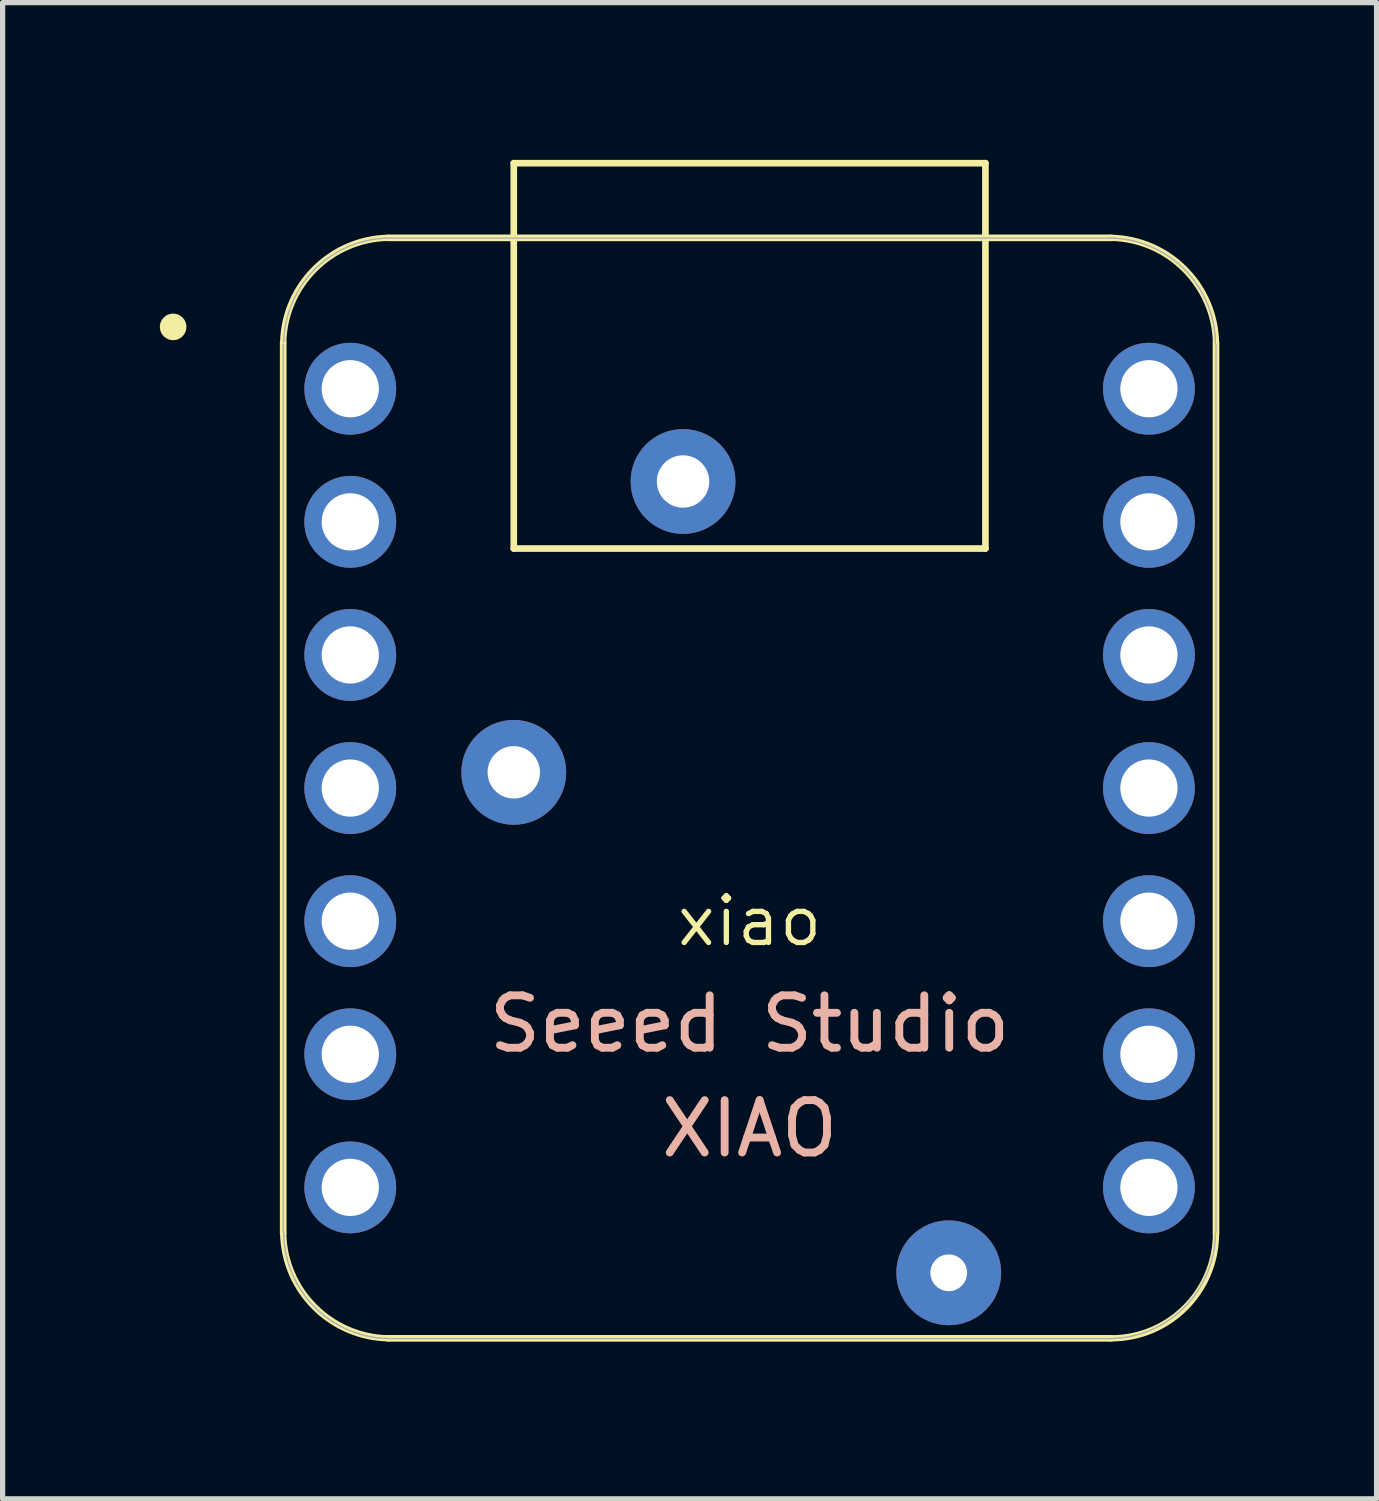
<source format=kicad_pcb>
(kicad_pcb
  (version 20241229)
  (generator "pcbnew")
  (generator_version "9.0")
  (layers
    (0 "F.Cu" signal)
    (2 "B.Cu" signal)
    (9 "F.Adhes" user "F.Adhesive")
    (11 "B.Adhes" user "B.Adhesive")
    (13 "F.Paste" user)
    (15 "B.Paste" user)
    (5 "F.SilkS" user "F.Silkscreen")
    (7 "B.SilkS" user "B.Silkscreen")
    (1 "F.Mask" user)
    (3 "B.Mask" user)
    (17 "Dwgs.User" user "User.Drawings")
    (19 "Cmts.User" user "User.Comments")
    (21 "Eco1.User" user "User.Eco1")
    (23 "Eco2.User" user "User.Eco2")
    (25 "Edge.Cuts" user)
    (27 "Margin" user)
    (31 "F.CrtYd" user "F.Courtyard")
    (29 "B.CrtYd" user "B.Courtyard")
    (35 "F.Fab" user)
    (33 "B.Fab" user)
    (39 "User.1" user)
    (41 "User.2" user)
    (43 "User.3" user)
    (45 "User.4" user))
  (footprint "xiao"
    (layer "F.Cu")
    (at 11.254 11.988)
    (property "Reference" "xiao" (at 0 2.54 0) (layer "F.SilkS") (effects (font (size 0.889 0.889) (thickness 0.102))))
    (attr through_hole)
    (fp_line (start -8.9 -8.5) (end -8.9 8.5) (stroke (width 0.127) (type solid)) (layer "F.SilkS"))
    (fp_line (start -6.9 10.5) (end 6.9 10.5) (stroke (width 0.127) (type solid)) (layer "F.SilkS"))
    (fp_line (start -4.5 -11.924) (end 4.5 -11.924) (stroke (width 0.127) (type solid)) (layer "F.SilkS"))
    (fp_line (start -4.5 -4.571) (end -4.5 -11.924) (stroke (width 0.127) (type solid)) (layer "F.SilkS"))
    (fp_line (start 4.5 -11.924) (end 4.5 -4.571) (stroke (width 0.127) (type solid)) (layer "F.SilkS"))
    (fp_line (start 4.5 -4.571) (end -4.5 -4.571) (stroke (width 0.127) (type solid)) (layer "F.SilkS"))
    (fp_line (start 6.9 -10.499) (end -6.9 -10.499) (stroke (width 0.127) (type solid)) (layer "F.SilkS"))
    (fp_line (start 8.9 8.5) (end 8.9 -8.5) (stroke (width 0.127) (type solid)) (layer "F.SilkS"))
    (fp_arc (start -8.9 -8.5) (mid -8.301491 -9.901491) (end -6.9 -10.5) (stroke (width 0.12) (type solid)) (layer "F.SilkS"))
    (fp_arc (start -6.9 10.5) (mid -8.301423 9.901423) (end -8.9 8.5) (stroke (width 0.12) (type solid)) (layer "F.SilkS"))
    (fp_arc (start 6.9 -10.5) (mid 8.301491 -9.901491) (end 8.9 -8.5) (stroke (width 0.12) (type solid)) (layer "F.SilkS"))
    (fp_arc (start 8.9 8.5) (mid 8.314214 9.914214) (end 6.9 10.5) (stroke (width 0.12) (type solid)) (layer "F.SilkS"))
    (fp_circle (center -11 -8.8) (end -11 -9.054) (stroke (width 0) (type solid)) (fill yes) (layer "F.SilkS"))
    (fp_poly (pts (xy -8.888 -8.562) (xy -8.885 -8.61) (xy -8.881 -8.659)) (stroke (width 0.025) (type solid)) (fill no) (layer "F.SilkS"))
    (fp_poly (pts (xy 8.889 8.522) (xy 8.888 8.571) (xy 8.885 8.62) (xy 8.881 8.669) (xy 8.875 8.717) (xy 8.869 8.766) (xy 8.861 8.815) (xy 8.852 8.863) (xy 8.842 8.911)) (stroke (width 0.025) (type solid)) (fill no) (layer "F.SilkS"))
    (fp_line (start -8.9 -8.463) (end -8.9 8.473) (stroke (width 0.025) (type solid)) (layer "F.Fab"))
    (fp_line (start -8.89 8.473) (end -8.889 8.522) (stroke (width 0.025) (type solid)) (layer "F.Fab"))
    (fp_line (start -8.889 8.522) (end -8.888 8.571) (stroke (width 0.025) (type solid)) (layer "F.Fab"))
    (fp_line (start -8.888 -8.562) (end -8.889 -8.512) (stroke (width 0.025) (type solid)) (layer "F.Fab"))
    (fp_line (start -8.888 8.571) (end -8.885 8.62) (stroke (width 0.025) (type solid)) (layer "F.Fab"))
    (fp_line (start -8.885 -8.61) (end -8.888 -8.562) (stroke (width 0.025) (type solid)) (layer "F.Fab"))
    (fp_line (start -8.885 8.62) (end -8.881 8.669) (stroke (width 0.025) (type solid)) (layer "F.Fab"))
    (fp_line (start -8.881 -8.659) (end -8.885 -8.61) (stroke (width 0.025) (type solid)) (layer "F.Fab"))
    (fp_line (start -8.881 8.669) (end -8.875 8.717) (stroke (width 0.025) (type solid)) (layer "F.Fab"))
    (fp_line (start -8.875 -8.708) (end -8.881 -8.659) (stroke (width 0.025) (type solid)) (layer "F.Fab"))
    (fp_line (start -8.875 8.717) (end -8.869 8.766) (stroke (width 0.025) (type solid)) (layer "F.Fab"))
    (fp_line (start -8.869 -8.757) (end -8.875 -8.708) (stroke (width 0.025) (type solid)) (layer "F.Fab"))
    (fp_line (start -8.869 8.766) (end -8.861 8.815) (stroke (width 0.025) (type solid)) (layer "F.Fab"))
    (fp_line (start -8.861 -8.806) (end -8.869 -8.757) (stroke (width 0.025) (type solid)) (layer "F.Fab"))
    (fp_line (start -8.861 8.815) (end -8.852 8.863) (stroke (width 0.025) (type solid)) (layer "F.Fab"))
    (fp_line (start -8.852 -8.854) (end -8.861 -8.806) (stroke (width 0.025) (type solid)) (layer "F.Fab"))
    (fp_line (start -8.852 8.863) (end -8.842 8.911) (stroke (width 0.025) (type solid)) (layer "F.Fab"))
    (fp_line (start -8.842 -8.902) (end -8.852 -8.854) (stroke (width 0.025) (type solid)) (layer "F.Fab"))
    (fp_line (start -8.842 8.911) (end -8.831 8.959) (stroke (width 0.025) (type solid)) (layer "F.Fab"))
    (fp_line (start -8.831 -8.95) (end -8.842 -8.902) (stroke (width 0.025) (type solid)) (layer "F.Fab"))
    (fp_line (start -8.831 8.959) (end -8.819 9.006) (stroke (width 0.025) (type solid)) (layer "F.Fab"))
    (fp_line (start -8.819 -8.997) (end -8.831 -8.95) (stroke (width 0.025) (type solid)) (layer "F.Fab"))
    (fp_line (start -8.819 9.006) (end -8.805 9.054) (stroke (width 0.025) (type solid)) (layer "F.Fab"))
    (fp_line (start -8.805 -9.045) (end -8.819 -8.997) (stroke (width 0.025) (type solid)) (layer "F.Fab"))
    (fp_line (start -8.805 9.054) (end -8.79 9.1) (stroke (width 0.025) (type solid)) (layer "F.Fab"))
    (fp_line (start -8.79 -9.091) (end -8.805 -9.045) (stroke (width 0.025) (type solid)) (layer "F.Fab"))
    (fp_line (start -8.79 9.1) (end -8.775 9.147) (stroke (width 0.025) (type solid)) (layer "F.Fab"))
    (fp_line (start -8.775 -9.138) (end -8.79 -9.091) (stroke (width 0.025) (type solid)) (layer "F.Fab"))
    (fp_line (start -8.775 9.147) (end -8.758 9.193) (stroke (width 0.025) (type solid)) (layer "F.Fab"))
    (fp_line (start -8.758 -9.184) (end -8.775 -9.138) (stroke (width 0.025) (type solid)) (layer "F.Fab"))
    (fp_line (start -8.758 9.193) (end -8.74 9.239) (stroke (width 0.025) (type solid)) (layer "F.Fab"))
    (fp_line (start -8.74 -9.23) (end -8.758 -9.184) (stroke (width 0.025) (type solid)) (layer "F.Fab"))
    (fp_line (start -8.74 9.239) (end -8.721 9.284) (stroke (width 0.025) (type solid)) (layer "F.Fab"))
    (fp_line (start -8.721 -9.275) (end -8.74 -9.23) (stroke (width 0.025) (type solid)) (layer "F.Fab"))
    (fp_line (start -8.721 9.284) (end -8.701 9.329) (stroke (width 0.025) (type solid)) (layer "F.Fab"))
    (fp_line (start -8.701 -9.32) (end -8.721 -9.275) (stroke (width 0.025) (type solid)) (layer "F.Fab"))
    (fp_line (start -8.701 9.329) (end -8.679 9.373) (stroke (width 0.025) (type solid)) (layer "F.Fab"))
    (fp_line (start -8.679 -9.364) (end -8.701 -9.32) (stroke (width 0.025) (type solid)) (layer "F.Fab"))
    (fp_line (start -8.679 9.373) (end -8.657 9.417) (stroke (width 0.025) (type solid)) (layer "F.Fab"))
    (fp_line (start -8.657 -9.408) (end -8.679 -9.364) (stroke (width 0.025) (type solid)) (layer "F.Fab"))
    (fp_line (start -8.657 9.417) (end -8.634 9.46) (stroke (width 0.025) (type solid)) (layer "F.Fab"))
    (fp_line (start -8.634 -9.451) (end -8.657 -9.408) (stroke (width 0.025) (type solid)) (layer "F.Fab"))
    (fp_line (start -8.634 9.46) (end -8.61 9.503) (stroke (width 0.025) (type solid)) (layer "F.Fab"))
    (fp_line (start -8.61 -9.494) (end -8.634 -9.451) (stroke (width 0.025) (type solid)) (layer "F.Fab"))
    (fp_line (start -8.61 9.503) (end -8.584 9.545) (stroke (width 0.025) (type solid)) (layer "F.Fab"))
    (fp_line (start -8.584 -9.536) (end -8.61 -9.494) (stroke (width 0.025) (type solid)) (layer "F.Fab"))
    (fp_line (start -8.584 9.545) (end -8.558 9.586) (stroke (width 0.025) (type solid)) (layer "F.Fab"))
    (fp_line (start -8.558 -9.577) (end -8.584 -9.536) (stroke (width 0.025) (type solid)) (layer "F.Fab"))
    (fp_line (start -8.558 9.586) (end -8.53 9.627) (stroke (width 0.025) (type solid)) (layer "F.Fab"))
    (fp_line (start -8.53 -9.618) (end -8.558 -9.577) (stroke (width 0.025) (type solid)) (layer "F.Fab"))
    (fp_line (start -8.53 9.627) (end -8.502 9.667) (stroke (width 0.025) (type solid)) (layer "F.Fab"))
    (fp_line (start -8.502 -9.658) (end -8.53 -9.618) (stroke (width 0.025) (type solid)) (layer "F.Fab"))
    (fp_line (start -8.502 9.667) (end -8.473 9.706) (stroke (width 0.025) (type solid)) (layer "F.Fab"))
    (fp_line (start -8.473 -9.697) (end -8.502 -9.658) (stroke (width 0.025) (type solid)) (layer "F.Fab"))
    (fp_line (start -8.473 9.706) (end -8.442 9.745) (stroke (width 0.025) (type solid)) (layer "F.Fab"))
    (fp_line (start -8.442 -9.736) (end -8.473 -9.697) (stroke (width 0.025) (type solid)) (layer "F.Fab"))
    (fp_line (start -8.442 9.745) (end -8.411 9.783) (stroke (width 0.025) (type solid)) (layer "F.Fab"))
    (fp_line (start -8.411 -9.774) (end -8.442 -9.736) (stroke (width 0.025) (type solid)) (layer "F.Fab"))
    (fp_line (start -8.411 9.783) (end -8.379 9.82) (stroke (width 0.025) (type solid)) (layer "F.Fab"))
    (fp_line (start -8.379 -9.811) (end -8.411 -9.774) (stroke (width 0.025) (type solid)) (layer "F.Fab"))
    (fp_line (start -8.379 9.82) (end -8.346 9.856) (stroke (width 0.025) (type solid)) (layer "F.Fab"))
    (fp_line (start -8.346 -9.847) (end -8.379 -9.811) (stroke (width 0.025) (type solid)) (layer "F.Fab"))
    (fp_line (start -8.346 9.856) (end -8.312 9.892) (stroke (width 0.025) (type solid)) (layer "F.Fab"))
    (fp_line (start -8.312 -9.883) (end -8.346 -9.847) (stroke (width 0.025) (type solid)) (layer "F.Fab"))
    (fp_line (start -8.312 9.892) (end -8.277 9.927) (stroke (width 0.025) (type solid)) (layer "F.Fab"))
    (fp_line (start -8.277 -9.918) (end -8.312 -9.883) (stroke (width 0.025) (type solid)) (layer "F.Fab"))
    (fp_line (start -8.277 9.927) (end -8.242 9.96) (stroke (width 0.025) (type solid)) (layer "F.Fab"))
    (fp_line (start -8.242 -9.951) (end -8.277 -9.918) (stroke (width 0.025) (type solid)) (layer "F.Fab"))
    (fp_line (start -8.242 9.96) (end -8.205 9.994) (stroke (width 0.025) (type solid)) (layer "F.Fab"))
    (fp_line (start -8.205 -9.984) (end -8.242 -9.951) (stroke (width 0.025) (type solid)) (layer "F.Fab"))
    (fp_line (start -8.205 9.994) (end -8.168 10.026) (stroke (width 0.025) (type solid)) (layer "F.Fab"))
    (fp_line (start -8.168 -10.017) (end -8.205 -9.984) (stroke (width 0.025) (type solid)) (layer "F.Fab"))
    (fp_line (start -8.168 10.026) (end -8.13 10.057) (stroke (width 0.025) (type solid)) (layer "F.Fab"))
    (fp_line (start -8.13 -10.048) (end -8.168 -10.017) (stroke (width 0.025) (type solid)) (layer "F.Fab"))
    (fp_line (start -8.13 10.057) (end -8.092 10.087) (stroke (width 0.025) (type solid)) (layer "F.Fab"))
    (fp_line (start -8.092 -10.078) (end -8.13 -10.048) (stroke (width 0.025) (type solid)) (layer "F.Fab"))
    (fp_line (start -8.092 10.087) (end -8.052 10.116) (stroke (width 0.025) (type solid)) (layer "F.Fab"))
    (fp_line (start -8.052 -10.107) (end -8.092 -10.078) (stroke (width 0.025) (type solid)) (layer "F.Fab"))
    (fp_line (start -8.052 10.116) (end -8.012 10.145) (stroke (width 0.025) (type solid)) (layer "F.Fab"))
    (fp_line (start -8.012 -10.136) (end -8.052 -10.107) (stroke (width 0.025) (type solid)) (layer "F.Fab"))
    (fp_line (start -8.012 10.145) (end -7.972 10.172) (stroke (width 0.025) (type solid)) (layer "F.Fab"))
    (fp_line (start -7.972 -10.163) (end -8.012 -10.136) (stroke (width 0.025) (type solid)) (layer "F.Fab"))
    (fp_line (start -7.972 10.172) (end -7.93 10.199) (stroke (width 0.025) (type solid)) (layer "F.Fab"))
    (fp_line (start -7.93 -10.19) (end -7.972 -10.163) (stroke (width 0.025) (type solid)) (layer "F.Fab"))
    (fp_line (start -7.93 10.199) (end -7.888 10.224) (stroke (width 0.025) (type solid)) (layer "F.Fab"))
    (fp_line (start -7.888 -10.215) (end -7.93 -10.19) (stroke (width 0.025) (type solid)) (layer "F.Fab"))
    (fp_line (start -7.888 10.224) (end -7.846 10.249) (stroke (width 0.025) (type solid)) (layer "F.Fab"))
    (fp_line (start -7.846 -10.239) (end -7.888 -10.215) (stroke (width 0.025) (type solid)) (layer "F.Fab"))
    (fp_line (start -7.846 10.249) (end -7.802 10.272) (stroke (width 0.025) (type solid)) (layer "F.Fab"))
    (fp_line (start -7.802 -10.263) (end -7.846 -10.239) (stroke (width 0.025) (type solid)) (layer "F.Fab"))
    (fp_line (start -7.802 10.272) (end -7.759 10.294) (stroke (width 0.025) (type solid)) (layer "F.Fab"))
    (fp_line (start -7.759 -10.285) (end -7.802 -10.263) (stroke (width 0.025) (type solid)) (layer "F.Fab"))
    (fp_line (start -7.759 10.294) (end -7.714 10.315) (stroke (width 0.025) (type solid)) (layer "F.Fab"))
    (fp_line (start -7.714 -10.306) (end -7.759 -10.285) (stroke (width 0.025) (type solid)) (layer "F.Fab"))
    (fp_line (start -7.714 10.315) (end -7.67 10.335) (stroke (width 0.025) (type solid)) (layer "F.Fab"))
    (fp_line (start -7.67 -10.326) (end -7.714 -10.306) (stroke (width 0.025) (type solid)) (layer "F.Fab"))
    (fp_line (start -7.67 10.335) (end -7.624 10.354) (stroke (width 0.025) (type solid)) (layer "F.Fab"))
    (fp_line (start -7.624 -10.345) (end -7.67 -10.326) (stroke (width 0.025) (type solid)) (layer "F.Fab"))
    (fp_line (start -7.624 10.354) (end -7.579 10.372) (stroke (width 0.025) (type solid)) (layer "F.Fab"))
    (fp_line (start -7.579 -10.363) (end -7.624 -10.345) (stroke (width 0.025) (type solid)) (layer "F.Fab"))
    (fp_line (start -7.579 10.372) (end -7.532 10.389) (stroke (width 0.025) (type solid)) (layer "F.Fab"))
    (fp_line (start -7.532 -10.38) (end -7.579 -10.363) (stroke (width 0.025) (type solid)) (layer "F.Fab"))
    (fp_line (start -7.532 10.389) (end -7.486 10.405) (stroke (width 0.025) (type solid)) (layer "F.Fab"))
    (fp_line (start -7.486 -10.396) (end -7.532 -10.38) (stroke (width 0.025) (type solid)) (layer "F.Fab"))
    (fp_line (start -7.486 10.405) (end -7.439 10.42) (stroke (width 0.025) (type solid)) (layer "F.Fab"))
    (fp_line (start -7.439 -10.411) (end -7.486 -10.396) (stroke (width 0.025) (type solid)) (layer "F.Fab"))
    (fp_line (start -7.439 10.42) (end -7.392 10.433) (stroke (width 0.025) (type solid)) (layer "F.Fab"))
    (fp_line (start -7.392 -10.424) (end -7.439 -10.411) (stroke (width 0.025) (type solid)) (layer "F.Fab"))
    (fp_line (start -7.392 10.433) (end -7.344 10.446) (stroke (width 0.025) (type solid)) (layer "F.Fab"))
    (fp_line (start -7.344 -10.436) (end -7.392 -10.424) (stroke (width 0.025) (type solid)) (layer "F.Fab"))
    (fp_line (start -7.344 10.446) (end -7.296 10.457) (stroke (width 0.025) (type solid)) (layer "F.Fab"))
    (fp_line (start -7.296 -10.448) (end -7.344 -10.436) (stroke (width 0.025) (type solid)) (layer "F.Fab"))
    (fp_line (start -7.296 10.457) (end -7.248 10.467) (stroke (width 0.025) (type solid)) (layer "F.Fab"))
    (fp_line (start -7.248 -10.458) (end -7.296 -10.448) (stroke (width 0.025) (type solid)) (layer "F.Fab"))
    (fp_line (start -7.248 10.467) (end -7.2 10.476) (stroke (width 0.025) (type solid)) (layer "F.Fab"))
    (fp_line (start -7.2 -10.466) (end -7.248 -10.458) (stroke (width 0.025) (type solid)) (layer "F.Fab"))
    (fp_line (start -7.2 10.476) (end -7.152 10.483) (stroke (width 0.025) (type solid)) (layer "F.Fab"))
    (fp_line (start -7.152 -10.474) (end -7.2 -10.466) (stroke (width 0.025) (type solid)) (layer "F.Fab"))
    (fp_line (start -7.152 10.483) (end -7.103 10.49) (stroke (width 0.025) (type solid)) (layer "F.Fab"))
    (fp_line (start -7.103 -10.481) (end -7.152 -10.474) (stroke (width 0.025) (type solid)) (layer "F.Fab"))
    (fp_line (start -7.103 10.49) (end -7.054 10.495) (stroke (width 0.025) (type solid)) (layer "F.Fab"))
    (fp_line (start -7.054 -10.486) (end -7.103 -10.481) (stroke (width 0.025) (type solid)) (layer "F.Fab"))
    (fp_line (start -7.054 10.495) (end -7.005 10.499) (stroke (width 0.025) (type solid)) (layer "F.Fab"))
    (fp_line (start -7.005 -10.49) (end -7.054 -10.486) (stroke (width 0.025) (type solid)) (layer "F.Fab"))
    (fp_line (start -7.005 10.499) (end -6.956 10.502) (stroke (width 0.025) (type solid)) (layer "F.Fab"))
    (fp_line (start -6.956 -10.493) (end -7.005 -10.49) (stroke (width 0.025) (type solid)) (layer "F.Fab"))
    (fp_line (start -6.956 10.502) (end -6.907 10.504) (stroke (width 0.025) (type solid)) (layer "F.Fab"))
    (fp_line (start -6.907 -10.495) (end -6.956 -10.493) (stroke (width 0.025) (type solid)) (layer "F.Fab"))
    (fp_line (start -6.907 10.504) (end -6.858 10.505) (stroke (width 0.025) (type solid)) (layer "F.Fab"))
    (fp_line (start -6.858 -10.495) (end -6.907 -10.495) (stroke (width 0.025) (type solid)) (layer "F.Fab"))
    (fp_line (start -6.858 10.505) (end 6.858 10.505) (stroke (width 0.025) (type solid)) (layer "F.Fab"))
    (fp_line (start 6.858 -10.495) (end -6.858 -10.495) (stroke (width 0.025) (type solid)) (layer "F.Fab"))
    (fp_line (start 6.858 10.505) (end 6.907 10.504) (stroke (width 0.025) (type solid)) (layer "F.Fab"))
    (fp_line (start 6.907 -10.495) (end 6.858 -10.495) (stroke (width 0.025) (type solid)) (layer "F.Fab"))
    (fp_line (start 6.907 10.504) (end 6.956 10.502) (stroke (width 0.025) (type solid)) (layer "F.Fab"))
    (fp_line (start 6.956 -10.493) (end 6.907 -10.495) (stroke (width 0.025) (type solid)) (layer "F.Fab"))
    (fp_line (start 6.956 10.502) (end 7.005 10.499) (stroke (width 0.025) (type solid)) (layer "F.Fab"))
    (fp_line (start 7.005 -10.49) (end 6.956 -10.493) (stroke (width 0.025) (type solid)) (layer "F.Fab"))
    (fp_line (start 7.005 10.499) (end 7.054 10.495) (stroke (width 0.025) (type solid)) (layer "F.Fab"))
    (fp_line (start 7.054 -10.486) (end 7.005 -10.49) (stroke (width 0.025) (type solid)) (layer "F.Fab"))
    (fp_line (start 7.054 10.495) (end 7.103 10.49) (stroke (width 0.025) (type solid)) (layer "F.Fab"))
    (fp_line (start 7.103 -10.481) (end 7.054 -10.486) (stroke (width 0.025) (type solid)) (layer "F.Fab"))
    (fp_line (start 7.103 10.49) (end 7.152 10.483) (stroke (width 0.025) (type solid)) (layer "F.Fab"))
    (fp_line (start 7.152 -10.474) (end 7.103 -10.481) (stroke (width 0.025) (type solid)) (layer "F.Fab"))
    (fp_line (start 7.152 10.483) (end 7.2 10.476) (stroke (width 0.025) (type solid)) (layer "F.Fab"))
    (fp_line (start 7.2 -10.466) (end 7.152 -10.474) (stroke (width 0.025) (type solid)) (layer "F.Fab"))
    (fp_line (start 7.2 10.476) (end 7.248 10.467) (stroke (width 0.025) (type solid)) (layer "F.Fab"))
    (fp_line (start 7.248 -10.458) (end 7.2 -10.466) (stroke (width 0.025) (type solid)) (layer "F.Fab"))
    (fp_line (start 7.248 10.467) (end 7.296 10.457) (stroke (width 0.025) (type solid)) (layer "F.Fab"))
    (fp_line (start 7.296 -10.448) (end 7.248 -10.458) (stroke (width 0.025) (type solid)) (layer "F.Fab"))
    (fp_line (start 7.296 10.457) (end 7.344 10.446) (stroke (width 0.025) (type solid)) (layer "F.Fab"))
    (fp_line (start 7.344 -10.436) (end 7.296 -10.448) (stroke (width 0.025) (type solid)) (layer "F.Fab"))
    (fp_line (start 7.344 10.446) (end 7.392 10.433) (stroke (width 0.025) (type solid)) (layer "F.Fab"))
    (fp_line (start 7.392 -10.424) (end 7.344 -10.436) (stroke (width 0.025) (type solid)) (layer "F.Fab"))
    (fp_line (start 7.392 10.433) (end 7.439 10.42) (stroke (width 0.025) (type solid)) (layer "F.Fab"))
    (fp_line (start 7.439 -10.411) (end 7.392 -10.424) (stroke (width 0.025) (type solid)) (layer "F.Fab"))
    (fp_line (start 7.439 10.42) (end 7.486 10.405) (stroke (width 0.025) (type solid)) (layer "F.Fab"))
    (fp_line (start 7.486 -10.396) (end 7.439 -10.411) (stroke (width 0.025) (type solid)) (layer "F.Fab"))
    (fp_line (start 7.486 10.405) (end 7.532 10.389) (stroke (width 0.025) (type solid)) (layer "F.Fab"))
    (fp_line (start 7.532 -10.38) (end 7.486 -10.396) (stroke (width 0.025) (type solid)) (layer "F.Fab"))
    (fp_line (start 7.532 10.389) (end 7.579 10.372) (stroke (width 0.025) (type solid)) (layer "F.Fab"))
    (fp_line (start 7.579 -10.363) (end 7.532 -10.38) (stroke (width 0.025) (type solid)) (layer "F.Fab"))
    (fp_line (start 7.579 10.372) (end 7.624 10.354) (stroke (width 0.025) (type solid)) (layer "F.Fab"))
    (fp_line (start 7.624 -10.345) (end 7.579 -10.363) (stroke (width 0.025) (type solid)) (layer "F.Fab"))
    (fp_line (start 7.624 10.354) (end 7.67 10.335) (stroke (width 0.025) (type solid)) (layer "F.Fab"))
    (fp_line (start 7.67 -10.326) (end 7.624 -10.345) (stroke (width 0.025) (type solid)) (layer "F.Fab"))
    (fp_line (start 7.67 10.335) (end 7.714 10.315) (stroke (width 0.025) (type solid)) (layer "F.Fab"))
    (fp_line (start 7.714 -10.306) (end 7.67 -10.326) (stroke (width 0.025) (type solid)) (layer "F.Fab"))
    (fp_line (start 7.714 10.315) (end 7.759 10.294) (stroke (width 0.025) (type solid)) (layer "F.Fab"))
    (fp_line (start 7.759 -10.285) (end 7.714 -10.306) (stroke (width 0.025) (type solid)) (layer "F.Fab"))
    (fp_line (start 7.759 10.294) (end 7.802 10.272) (stroke (width 0.025) (type solid)) (layer "F.Fab"))
    (fp_line (start 7.802 -10.263) (end 7.759 -10.285) (stroke (width 0.025) (type solid)) (layer "F.Fab"))
    (fp_line (start 7.802 10.272) (end 7.846 10.249) (stroke (width 0.025) (type solid)) (layer "F.Fab"))
    (fp_line (start 7.846 -10.239) (end 7.802 -10.263) (stroke (width 0.025) (type solid)) (layer "F.Fab"))
    (fp_line (start 7.846 10.249) (end 7.888 10.224) (stroke (width 0.025) (type solid)) (layer "F.Fab"))
    (fp_line (start 7.888 -10.215) (end 7.846 -10.239) (stroke (width 0.025) (type solid)) (layer "F.Fab"))
    (fp_line (start 7.888 10.224) (end 7.93 10.199) (stroke (width 0.025) (type solid)) (layer "F.Fab"))
    (fp_line (start 7.93 -10.19) (end 7.888 -10.215) (stroke (width 0.025) (type solid)) (layer "F.Fab"))
    (fp_line (start 7.93 10.199) (end 7.972 10.172) (stroke (width 0.025) (type solid)) (layer "F.Fab"))
    (fp_line (start 7.972 -10.163) (end 7.93 -10.19) (stroke (width 0.025) (type solid)) (layer "F.Fab"))
    (fp_line (start 7.972 10.172) (end 8.012 10.145) (stroke (width 0.025) (type solid)) (layer "F.Fab"))
    (fp_line (start 8.012 -10.136) (end 7.972 -10.163) (stroke (width 0.025) (type solid)) (layer "F.Fab"))
    (fp_line (start 8.012 10.145) (end 8.052 10.116) (stroke (width 0.025) (type solid)) (layer "F.Fab"))
    (fp_line (start 8.052 -10.107) (end 8.012 -10.136) (stroke (width 0.025) (type solid)) (layer "F.Fab"))
    (fp_line (start 8.052 10.116) (end 8.092 10.087) (stroke (width 0.025) (type solid)) (layer "F.Fab"))
    (fp_line (start 8.092 -10.078) (end 8.052 -10.107) (stroke (width 0.025) (type solid)) (layer "F.Fab"))
    (fp_line (start 8.092 10.087) (end 8.13 10.057) (stroke (width 0.025) (type solid)) (layer "F.Fab"))
    (fp_line (start 8.13 -10.048) (end 8.092 -10.078) (stroke (width 0.025) (type solid)) (layer "F.Fab"))
    (fp_line (start 8.13 10.057) (end 8.168 10.026) (stroke (width 0.025) (type solid)) (layer "F.Fab"))
    (fp_line (start 8.168 -10.017) (end 8.13 -10.048) (stroke (width 0.025) (type solid)) (layer "F.Fab"))
    (fp_line (start 8.168 10.026) (end 8.205 9.994) (stroke (width 0.025) (type solid)) (layer "F.Fab"))
    (fp_line (start 8.205 -9.984) (end 8.168 -10.017) (stroke (width 0.025) (type solid)) (layer "F.Fab"))
    (fp_line (start 8.205 9.994) (end 8.242 9.96) (stroke (width 0.025) (type solid)) (layer "F.Fab"))
    (fp_line (start 8.242 -9.951) (end 8.205 -9.984) (stroke (width 0.025) (type solid)) (layer "F.Fab"))
    (fp_line (start 8.242 9.96) (end 8.277 9.927) (stroke (width 0.025) (type solid)) (layer "F.Fab"))
    (fp_line (start 8.277 -9.918) (end 8.242 -9.951) (stroke (width 0.025) (type solid)) (layer "F.Fab"))
    (fp_line (start 8.277 9.927) (end 8.312 9.892) (stroke (width 0.025) (type solid)) (layer "F.Fab"))
    (fp_line (start 8.312 -9.883) (end 8.277 -9.918) (stroke (width 0.025) (type solid)) (layer "F.Fab"))
    (fp_line (start 8.312 9.892) (end 8.346 9.856) (stroke (width 0.025) (type solid)) (layer "F.Fab"))
    (fp_line (start 8.346 -9.847) (end 8.312 -9.883) (stroke (width 0.025) (type solid)) (layer "F.Fab"))
    (fp_line (start 8.346 9.856) (end 8.379 9.82) (stroke (width 0.025) (type solid)) (layer "F.Fab"))
    (fp_line (start 8.379 -9.811) (end 8.346 -9.847) (stroke (width 0.025) (type solid)) (layer "F.Fab"))
    (fp_line (start 8.379 9.82) (end 8.411 9.783) (stroke (width 0.025) (type solid)) (layer "F.Fab"))
    (fp_line (start 8.411 -9.774) (end 8.379 -9.811) (stroke (width 0.025) (type solid)) (layer "F.Fab"))
    (fp_line (start 8.411 9.783) (end 8.442 9.745) (stroke (width 0.025) (type solid)) (layer "F.Fab"))
    (fp_line (start 8.442 -9.736) (end 8.411 -9.774) (stroke (width 0.025) (type solid)) (layer "F.Fab"))
    (fp_line (start 8.442 9.745) (end 8.473 9.706) (stroke (width 0.025) (type solid)) (layer "F.Fab"))
    (fp_line (start 8.473 -9.697) (end 8.442 -9.736) (stroke (width 0.025) (type solid)) (layer "F.Fab"))
    (fp_line (start 8.473 9.706) (end 8.502 9.667) (stroke (width 0.025) (type solid)) (layer "F.Fab"))
    (fp_line (start 8.502 -9.658) (end 8.473 -9.697) (stroke (width 0.025) (type solid)) (layer "F.Fab"))
    (fp_line (start 8.502 9.667) (end 8.53 9.627) (stroke (width 0.025) (type solid)) (layer "F.Fab"))
    (fp_line (start 8.53 -9.618) (end 8.502 -9.658) (stroke (width 0.025) (type solid)) (layer "F.Fab"))
    (fp_line (start 8.53 9.627) (end 8.558 9.586) (stroke (width 0.025) (type solid)) (layer "F.Fab"))
    (fp_line (start 8.558 -9.577) (end 8.53 -9.618) (stroke (width 0.025) (type solid)) (layer "F.Fab"))
    (fp_line (start 8.558 9.586) (end 8.584 9.545) (stroke (width 0.025) (type solid)) (layer "F.Fab"))
    (fp_line (start 8.584 -9.536) (end 8.558 -9.577) (stroke (width 0.025) (type solid)) (layer "F.Fab"))
    (fp_line (start 8.584 9.545) (end 8.61 9.503) (stroke (width 0.025) (type solid)) (layer "F.Fab"))
    (fp_line (start 8.61 -9.494) (end 8.584 -9.536) (stroke (width 0.025) (type solid)) (layer "F.Fab"))
    (fp_line (start 8.61 9.503) (end 8.634 9.46) (stroke (width 0.025) (type solid)) (layer "F.Fab"))
    (fp_line (start 8.634 -9.451) (end 8.61 -9.494) (stroke (width 0.025) (type solid)) (layer "F.Fab"))
    (fp_line (start 8.634 9.46) (end 8.657 9.417) (stroke (width 0.025) (type solid)) (layer "F.Fab"))
    (fp_line (start 8.657 -9.408) (end 8.634 -9.451) (stroke (width 0.025) (type solid)) (layer "F.Fab"))
    (fp_line (start 8.657 9.417) (end 8.679 9.373) (stroke (width 0.025) (type solid)) (layer "F.Fab"))
    (fp_line (start 8.679 -9.364) (end 8.657 -9.408) (stroke (width 0.025) (type solid)) (layer "F.Fab"))
    (fp_line (start 8.679 9.373) (end 8.701 9.329) (stroke (width 0.025) (type solid)) (layer "F.Fab"))
    (fp_line (start 8.701 -9.32) (end 8.679 -9.364) (stroke (width 0.025) (type solid)) (layer "F.Fab"))
    (fp_line (start 8.701 9.329) (end 8.721 9.284) (stroke (width 0.025) (type solid)) (layer "F.Fab"))
    (fp_line (start 8.721 -9.275) (end 8.701 -9.32) (stroke (width 0.025) (type solid)) (layer "F.Fab"))
    (fp_line (start 8.721 9.284) (end 8.74 9.239) (stroke (width 0.025) (type solid)) (layer "F.Fab"))
    (fp_line (start 8.74 -9.23) (end 8.721 -9.275) (stroke (width 0.025) (type solid)) (layer "F.Fab"))
    (fp_line (start 8.74 9.239) (end 8.758 9.193) (stroke (width 0.025) (type solid)) (layer "F.Fab"))
    (fp_line (start 8.758 -9.184) (end 8.74 -9.23) (stroke (width 0.025) (type solid)) (layer "F.Fab"))
    (fp_line (start 8.758 9.193) (end 8.775 9.147) (stroke (width 0.025) (type solid)) (layer "F.Fab"))
    (fp_line (start 8.775 -9.138) (end 8.758 -9.184) (stroke (width 0.025) (type solid)) (layer "F.Fab"))
    (fp_line (start 8.775 9.147) (end 8.79 9.1) (stroke (width 0.025) (type solid)) (layer "F.Fab"))
    (fp_line (start 8.79 -9.091) (end 8.775 -9.138) (stroke (width 0.025) (type solid)) (layer "F.Fab"))
    (fp_line (start 8.79 9.1) (end 8.805 9.054) (stroke (width 0.025) (type solid)) (layer "F.Fab"))
    (fp_line (start 8.805 -9.045) (end 8.79 -9.091) (stroke (width 0.025) (type solid)) (layer "F.Fab"))
    (fp_line (start 8.805 9.054) (end 8.819 9.006) (stroke (width 0.025) (type solid)) (layer "F.Fab"))
    (fp_line (start 8.819 -8.997) (end 8.805 -9.045) (stroke (width 0.025) (type solid)) (layer "F.Fab"))
    (fp_line (start 8.819 9.006) (end 8.831 8.959) (stroke (width 0.025) (type solid)) (layer "F.Fab"))
    (fp_line (start 8.831 -8.95) (end 8.819 -8.997) (stroke (width 0.025) (type solid)) (layer "F.Fab"))
    (fp_line (start 8.831 8.959) (end 8.842 8.911) (stroke (width 0.025) (type solid)) (layer "F.Fab"))
    (fp_line (start 8.842 -8.902) (end 8.831 -8.95) (stroke (width 0.025) (type solid)) (layer "F.Fab"))
    (fp_line (start 8.842 8.911) (end 8.852 8.863) (stroke (width 0.025) (type solid)) (layer "F.Fab"))
    (fp_line (start 8.852 -8.854) (end 8.842 -8.902) (stroke (width 0.025) (type solid)) (layer "F.Fab"))
    (fp_line (start 8.852 8.863) (end 8.861 8.815) (stroke (width 0.025) (type solid)) (layer "F.Fab"))
    (fp_line (start 8.861 -8.806) (end 8.852 -8.854) (stroke (width 0.025) (type solid)) (layer "F.Fab"))
    (fp_line (start 8.861 8.815) (end 8.869 8.766) (stroke (width 0.025) (type solid)) (layer "F.Fab"))
    (fp_line (start 8.869 -8.757) (end 8.861 -8.806) (stroke (width 0.025) (type solid)) (layer "F.Fab"))
    (fp_line (start 8.869 8.766) (end 8.875 8.717) (stroke (width 0.025) (type solid)) (layer "F.Fab"))
    (fp_line (start 8.875 -8.708) (end 8.869 -8.757) (stroke (width 0.025) (type solid)) (layer "F.Fab"))
    (fp_line (start 8.875 8.717) (end 8.881 8.669) (stroke (width 0.025) (type solid)) (layer "F.Fab"))
    (fp_line (start 8.881 -8.659) (end 8.875 -8.708) (stroke (width 0.025) (type solid)) (layer "F.Fab"))
    (fp_line (start 8.881 8.669) (end 8.885 8.62) (stroke (width 0.025) (type solid)) (layer "F.Fab"))
    (fp_line (start 8.885 -8.61) (end 8.881 -8.659) (stroke (width 0.025) (type solid)) (layer "F.Fab"))
    (fp_line (start 8.885 8.62) (end 8.888 8.571) (stroke (width 0.025) (type solid)) (layer "F.Fab"))
    (fp_line (start 8.888 -8.562) (end 8.885 -8.61) (stroke (width 0.025) (type solid)) (layer "F.Fab"))
    (fp_line (start 8.888 8.571) (end 8.889 8.522) (stroke (width 0.025) (type solid)) (layer "F.Fab"))
    (fp_line (start 8.889 -8.512) (end 8.888 -8.562) (stroke (width 0.025) (type solid)) (layer "F.Fab"))
    (fp_line (start 8.889 8.522) (end 8.89 8.473) (stroke (width 0.025) (type solid)) (layer "F.Fab"))
    (fp_line (start 8.89 -8.463) (end 8.889 -8.512) (stroke (width 0.025) (type solid)) (layer "F.Fab"))
    (fp_line (start 8.9 8.473) (end 8.9 -8.463) (stroke (width 0.025) (type solid)) (layer "F.Fab"))
    (fp_text user "XIAO" (at 0 6.5 0) (unlocked yes) (layer "B.SilkS") (effects (font (size 1 1) (thickness 0.15))))
    (fp_text user "Seeed Studio" (at 0 4.5 0) (unlocked yes) (layer "B.SilkS") (effects (font (size 1 1) (thickness 0.15))))
    (pad "1" thru_hole circle (at -7.62 -7.62 90) (size 1.753 1.753) (drill 1.092) (layers "*.Cu" "*.Mask"))
    (pad "2" thru_hole circle (at -7.62 -5.08 90) (size 1.753 1.753) (drill 1.092) (layers "*.Cu" "*.Mask"))
    (pad "3" thru_hole circle (at -7.62 -2.54 90) (size 1.753 1.753) (drill 1.092) (layers "*.Cu" "*.Mask"))
    (pad "4" thru_hole circle (at -7.62 0 90) (size 1.753 1.753) (drill 1.092) (layers "*.Cu" "*.Mask"))
    (pad "5" thru_hole circle (at -7.62 2.54 90) (size 1.753 1.753) (drill 1.092) (layers "*.Cu" "*.Mask"))
    (pad "6" thru_hole circle (at -7.62 5.08 90) (size 1.753 1.753) (drill 1.092) (layers "*.Cu" "*.Mask"))
    (pad "7" thru_hole circle (at -7.62 7.62 90) (size 1.753 1.753) (drill 1.092) (layers "*.Cu" "*.Mask"))
    (pad "8" thru_hole circle (at 7.62 7.62 90) (size 1.753 1.753) (drill 1.092) (layers "*.Cu" "*.Mask"))
    (pad "9" thru_hole circle (at 7.62 5.08 90) (size 1.753 1.753) (drill 1.092) (layers "*.Cu" "*.Mask"))
    (pad "10" thru_hole circle (at 7.62 2.54 90) (size 1.753 1.753) (drill 1.092) (layers "*.Cu" "*.Mask"))
    (pad "11" thru_hole circle (at 7.62 0 90) (size 1.753 1.753) (drill 1.092) (layers "*.Cu" "*.Mask"))
    (pad "12" thru_hole circle (at 7.62 -2.54 90) (size 1.753 1.753) (drill 1.092) (layers "*.Cu" "*.Mask"))
    (pad "13" thru_hole circle (at 7.62 -5.08 90) (size 1.753 1.753) (drill 1.092) (layers "*.Cu" "*.Mask"))
    (pad "14" thru_hole circle (at 7.62 -7.62 90) (size 1.753 1.753) (drill 1.092) (layers "*.Cu" "*.Mask"))
    (pad "17" thru_hole circle (at -1.27 -5.85 90) (size 2 2) (drill 1) (layers "*.Cu" "*.Mask"))
    (pad "19" thru_hole circle (at 3.8 9.25 90) (size 2 2) (drill 0.7) (layers "*.Cu" "*.Mask"))
    (pad "22" thru_hole circle (at -4.5 -0.3 180) (size 2 2) (drill 1) (layers "*.Cu" "*.Mask")))
  (gr_rect
    (start -3 -3)
    (end 23.218 25.551)
    (stroke (width 0.1) (type default))
    (fill no)
    (layer "Edge.Cuts")))
</source>
